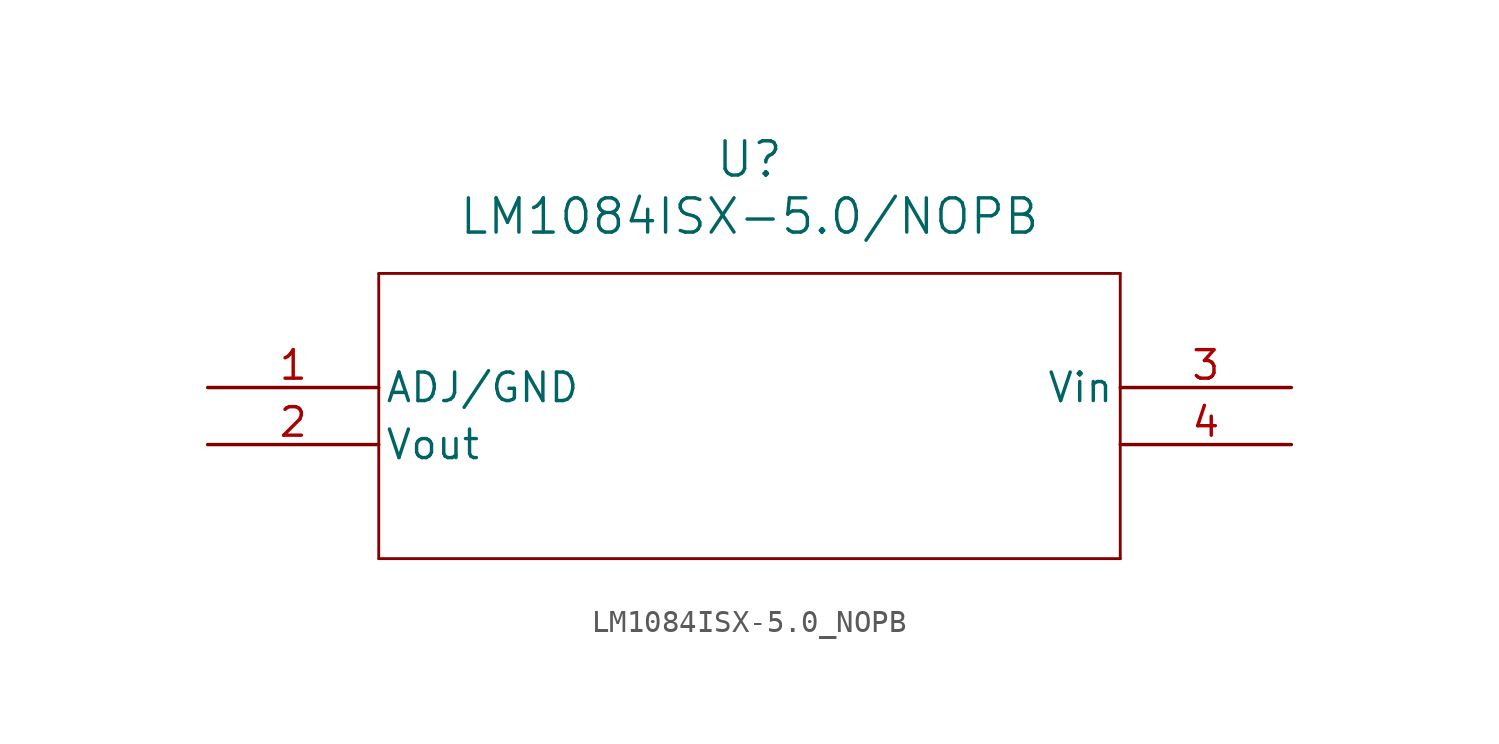
<source format=kicad_sym>
(kicad_symbol_lib
  (version 20211014)
  (generator kicad_symbol_editor)
  (symbol "LM1084ISX-5.0_NOPB"
    (pin_names
      (offset 0.254))
    (property "Reference" "U"
      (at 24.13 10.16 0)
      (effects (font (size 1.524 1.524))))
    (property "Value" "LM1084ISX-5.0/NOPB"
      (at 24.13 7.62 0)
      (effects (font (size 1.524 1.524))))
    (symbol "LM1084ISX-5.0_NOPB_0_1"
      (polyline (pts (xy 7.62 5.08) (xy 7.62 -7.62)) (stroke (width 0.127) (type default) (color 0 0 0 0)) (fill (type none)))
      (polyline (pts (xy 7.62 -7.62) (xy 40.64 -7.62)) (stroke (width 0.127) (type default) (color 0 0 0 0)) (fill (type none)))
      (polyline (pts (xy 40.64 -7.62) (xy 40.64 5.08)) (stroke (width 0.127) (type default) (color 0 0 0 0)) (fill (type none)))
      (polyline (pts (xy 40.64 5.08) (xy 7.62 5.08)) (stroke (width 0.127) (type default) (color 0 0 0 0)) (fill (type none)))
      (pin passive line (at 0 0 0) (length 7.62) (name "ADJ/GND" (effects (font (size 1.27 1.27)))) (number "1" (effects (font (size 1.27 1.27)))))
      (pin output line (at 0 -2.54 0) (length 7.62) (name "Vout" (effects (font (size 1.27 1.27)))) (number "2" (effects (font (size 1.27 1.27)))))
      (pin input line (at 48.26 0 180) (length 7.62) (name "Vin" (effects (font (size 1.27 1.27)))) (number "3" (effects (font (size 1.27 1.27)))))
      (pin unspecified line (at 48.26 -2.54 180) (length 7.62) (name "" (effects (font (size 1.27 1.27)))) (number "4" (effects (font (size 1.27 1.27))))))))
</source>
